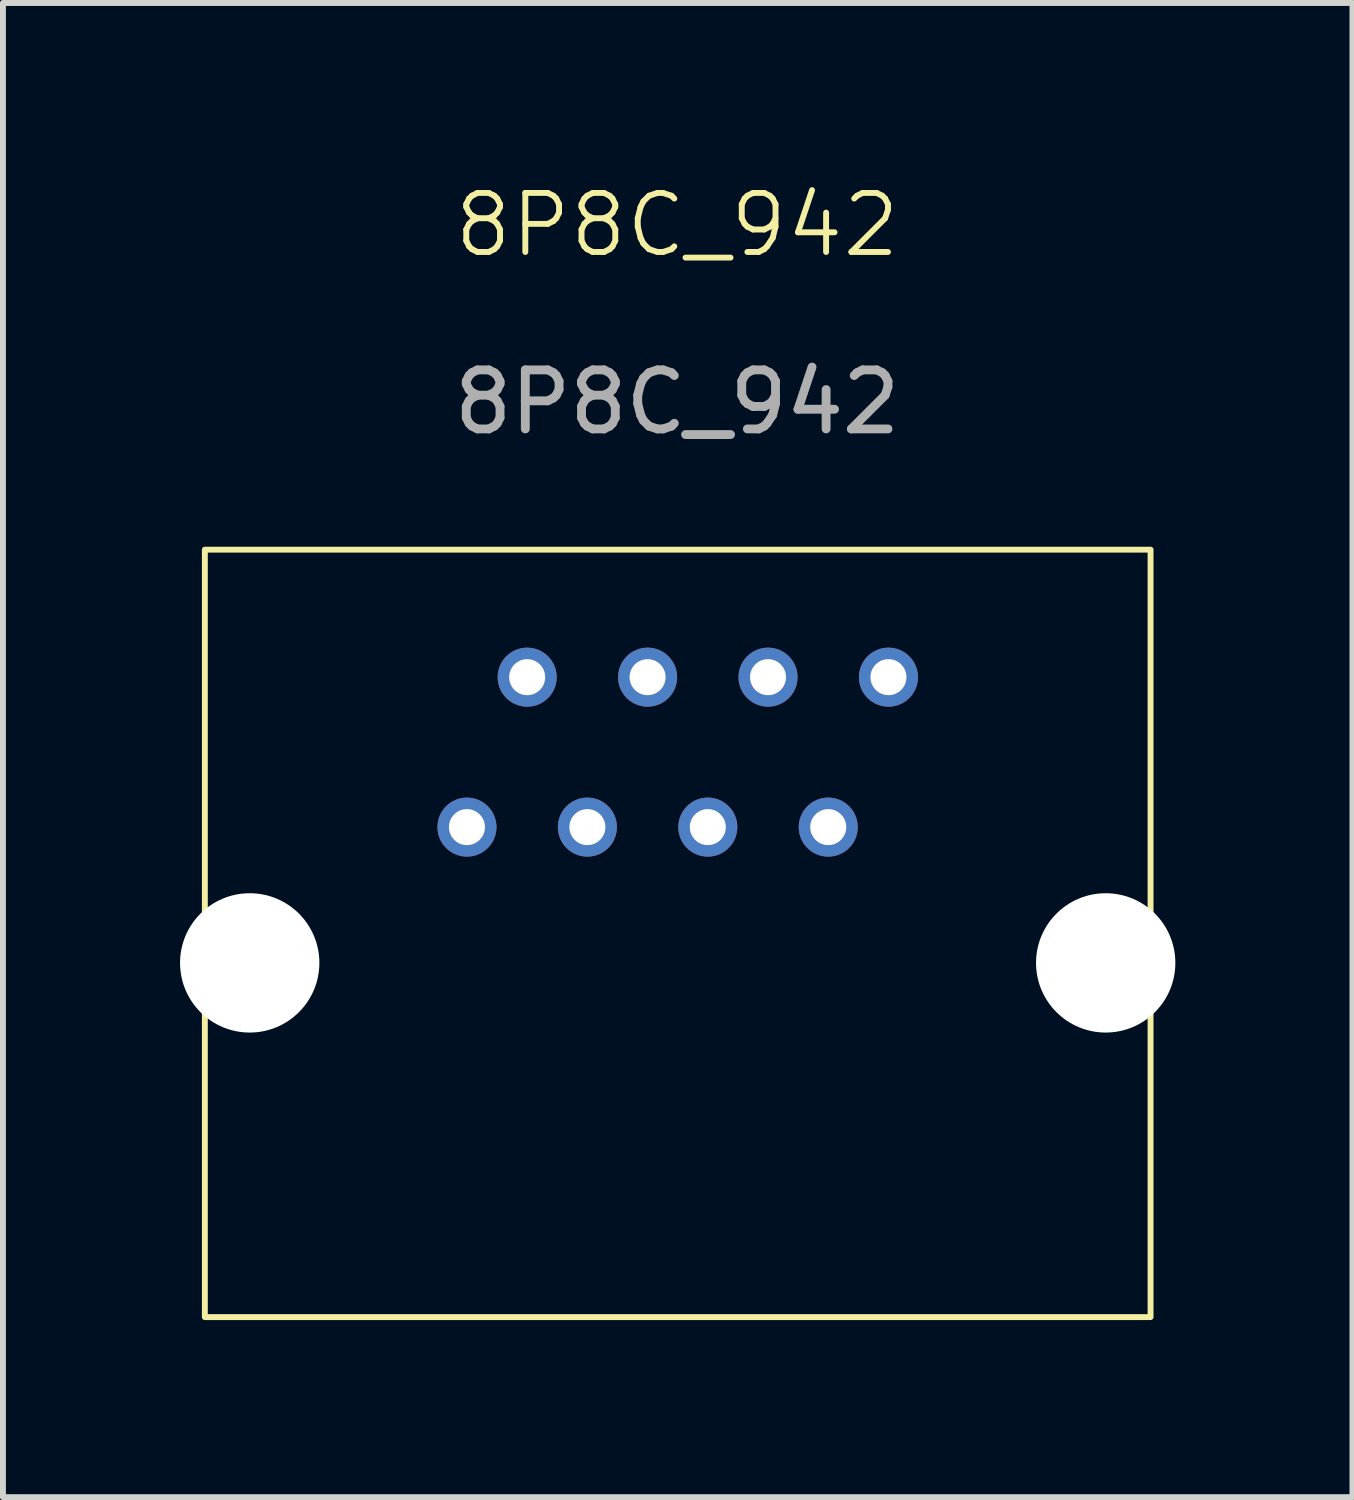
<source format=kicad_pcb>
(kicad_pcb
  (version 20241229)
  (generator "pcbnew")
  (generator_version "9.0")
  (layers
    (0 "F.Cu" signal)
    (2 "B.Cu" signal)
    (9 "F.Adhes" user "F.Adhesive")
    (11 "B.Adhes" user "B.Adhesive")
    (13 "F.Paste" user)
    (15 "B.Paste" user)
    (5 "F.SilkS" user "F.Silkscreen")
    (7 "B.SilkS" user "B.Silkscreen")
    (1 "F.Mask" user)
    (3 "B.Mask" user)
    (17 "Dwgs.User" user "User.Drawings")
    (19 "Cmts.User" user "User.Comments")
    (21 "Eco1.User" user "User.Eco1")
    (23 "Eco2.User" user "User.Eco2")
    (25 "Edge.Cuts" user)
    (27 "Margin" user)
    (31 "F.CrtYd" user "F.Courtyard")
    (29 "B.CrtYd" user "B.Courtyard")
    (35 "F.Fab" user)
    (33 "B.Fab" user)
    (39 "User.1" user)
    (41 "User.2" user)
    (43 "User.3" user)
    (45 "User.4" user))
  (footprint "8P8C_942"
    (layer "F.Cu")
    (at 0.42 6.261)
    (property "Reference" "8P8C_942" (at 8 -5.5 0) (unlocked yes) (layer "F.SilkS") (effects (font (size 1 1) (thickness 0.1))))
    (attr smd)
    (fp_rect (start 0 13) (end 16.02 0) (stroke (width 0.1) (type solid)) (fill no) (layer "F.SilkS"))
    (fp_text user "${REFERENCE}" (at 8 -2.5 0) (unlocked yes) (layer "F.Fab") (effects (font (size 1 1) (thickness 0.15))))
    (pad "" np_thru_hole circle (at 0.76 7) (size 2.36 2.36) (drill 2.36) (layers "*.Cu" "*.Mask"))
    (pad "" np_thru_hole circle (at 15.26 7) (size 2.36 2.36) (drill 2.36) (layers "*.Cu" "*.Mask"))
    (pad "1" thru_hole circle (at 5.46 2.16) (size 1 1) (drill 0.61) (layers "*.Cu" "*.Mask"))
    (pad "2" thru_hole circle (at 7.5 2.16) (size 1 1) (drill 0.61) (layers "*.Cu" "*.Mask"))
    (pad "3" thru_hole circle (at 9.54 2.16) (size 1 1) (drill 0.61) (layers "*.Cu" "*.Mask"))
    (pad "4" thru_hole circle (at 11.58 2.16) (size 1 1) (drill 0.61) (layers "*.Cu" "*.Mask"))
    (pad "5" thru_hole circle (at 4.44 4.7) (size 1 1) (drill 0.61) (layers "*.Cu" "*.Mask"))
    (pad "6" thru_hole circle (at 6.48 4.7) (size 1 1) (drill 0.61) (layers "*.Cu" "*.Mask"))
    (pad "7" thru_hole circle (at 8.52 4.7) (size 1 1) (drill 0.61) (layers "*.Cu" "*.Mask"))
    (pad "8" thru_hole circle (at 10.56 4.7) (size 1 1) (drill 0.61) (layers "*.Cu" "*.Mask")))
  (gr_rect
    (start -3 -3)
    (end 19.86 22.311)
    (stroke (width 0.1) (type default))
    (fill no)
    (layer "Edge.Cuts")))
</source>
